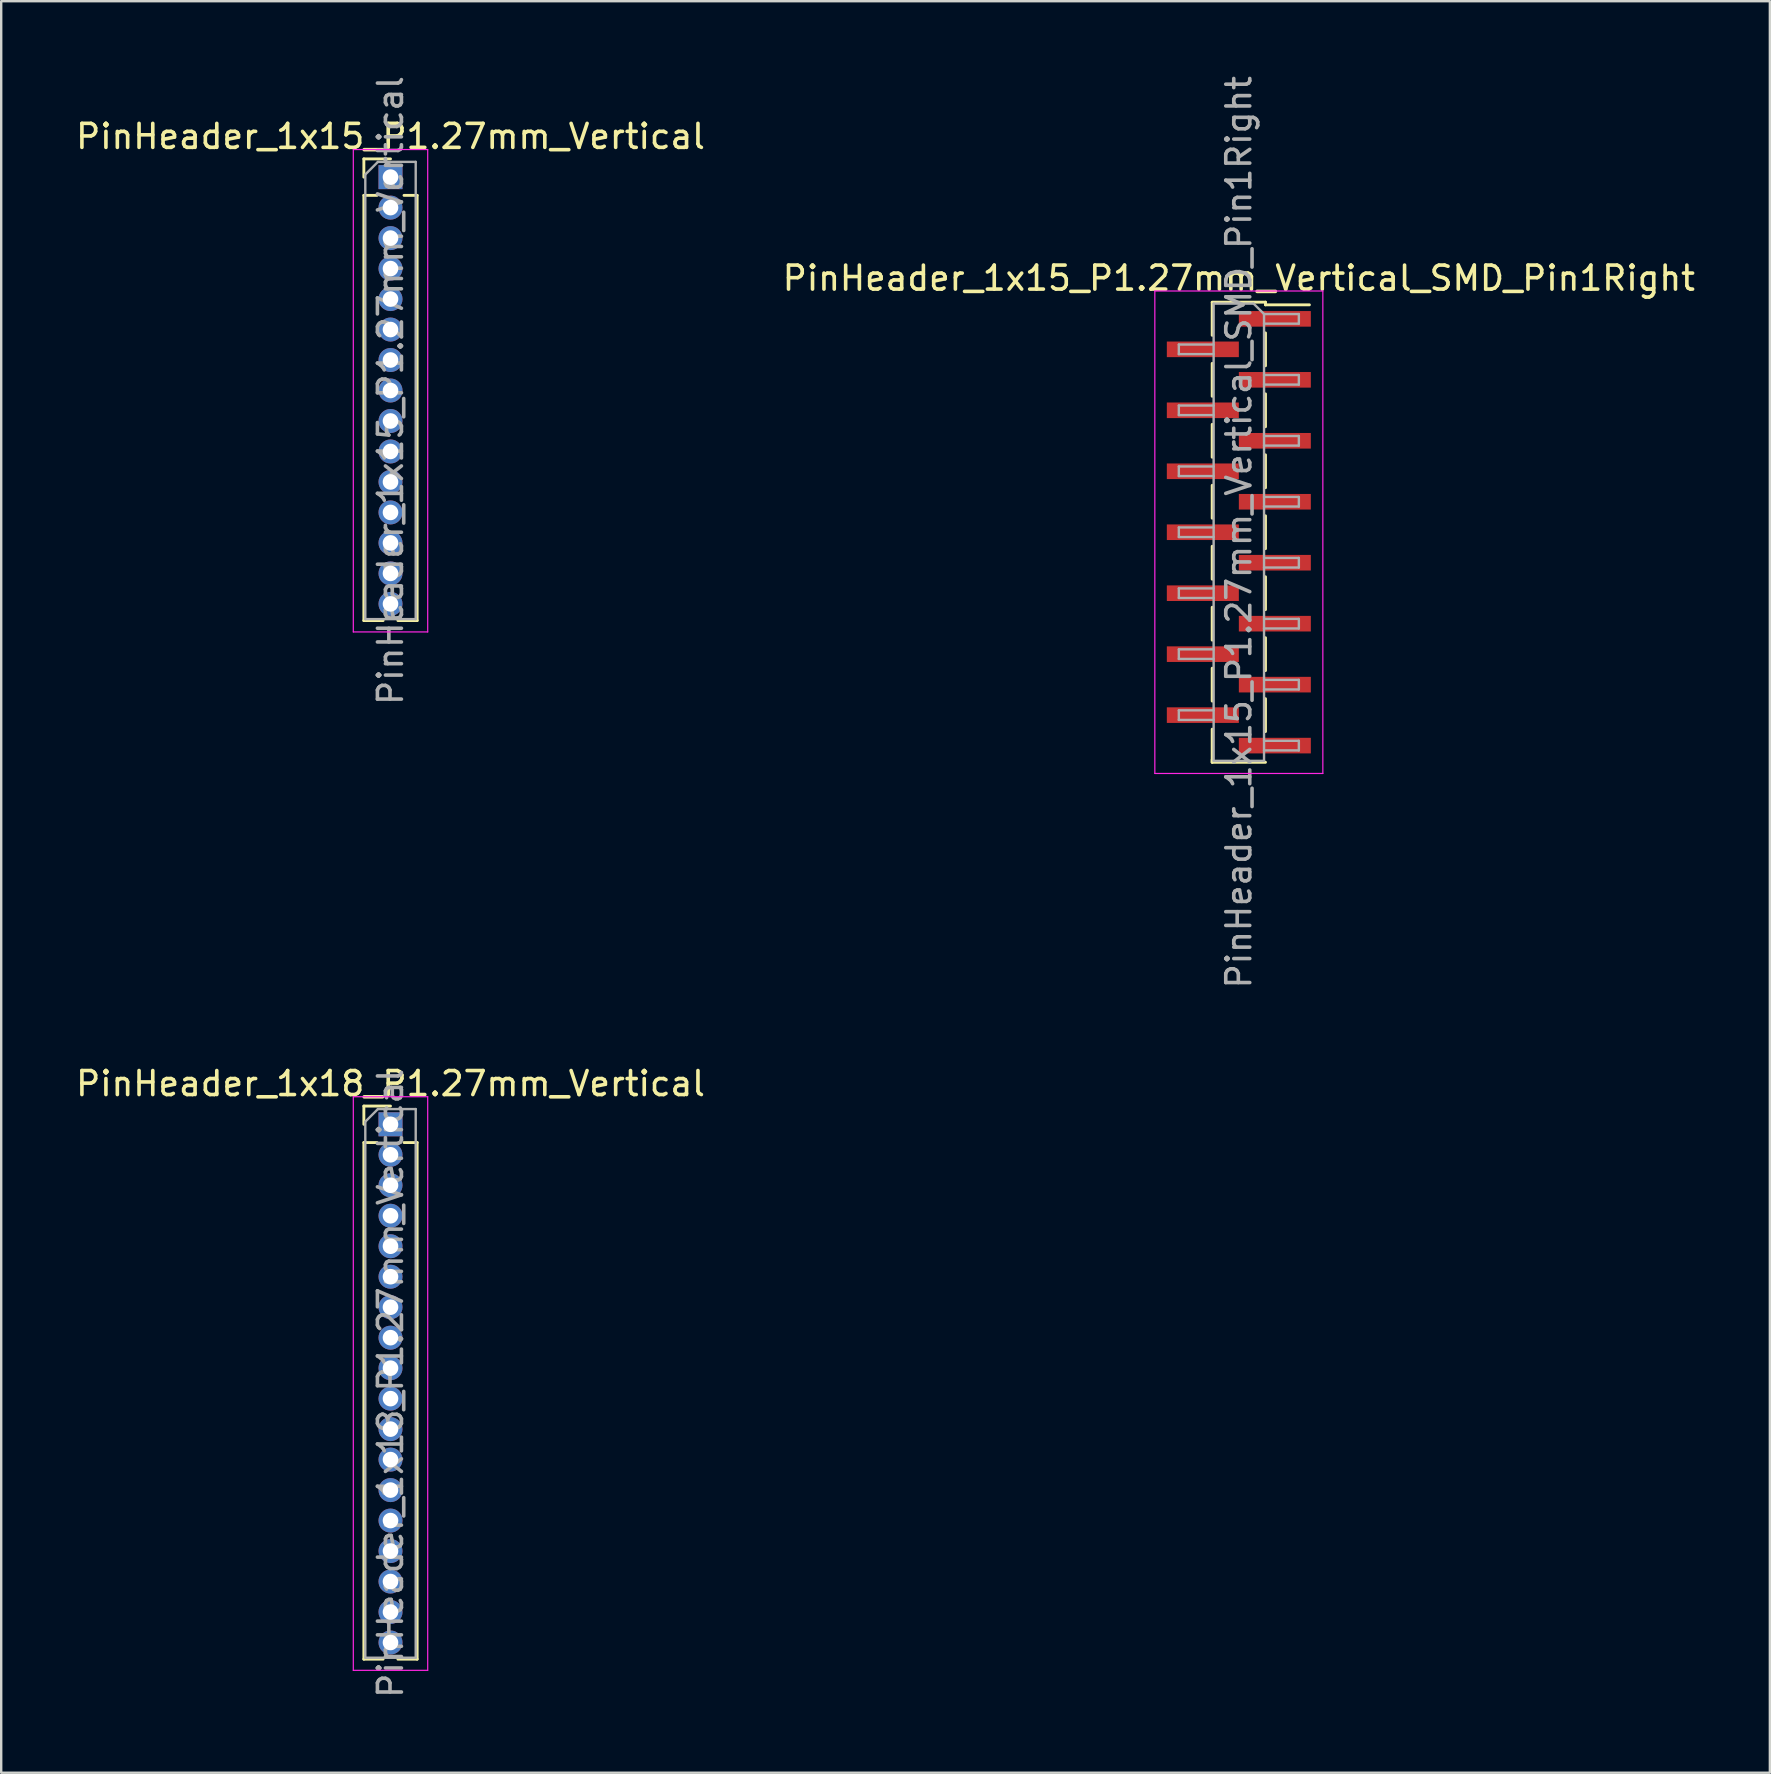
<source format=kicad_pcb>
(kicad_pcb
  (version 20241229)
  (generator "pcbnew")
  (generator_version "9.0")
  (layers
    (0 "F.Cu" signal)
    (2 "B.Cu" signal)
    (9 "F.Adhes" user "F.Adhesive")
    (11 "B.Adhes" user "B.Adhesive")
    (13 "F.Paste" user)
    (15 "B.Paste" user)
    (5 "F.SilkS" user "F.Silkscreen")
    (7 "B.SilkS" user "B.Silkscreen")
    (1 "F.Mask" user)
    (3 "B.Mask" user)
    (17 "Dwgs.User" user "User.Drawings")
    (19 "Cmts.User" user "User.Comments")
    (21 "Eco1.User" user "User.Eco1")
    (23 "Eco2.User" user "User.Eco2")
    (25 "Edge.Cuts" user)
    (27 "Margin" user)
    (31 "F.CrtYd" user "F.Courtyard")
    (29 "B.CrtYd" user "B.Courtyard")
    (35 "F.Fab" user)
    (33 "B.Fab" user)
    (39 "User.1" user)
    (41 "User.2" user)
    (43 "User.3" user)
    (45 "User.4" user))
  (footprint "PinHeader_1x15_P1.27mm_Vertical"
    (layer "F.Cu")
    (at 13.22 4.33)
    (property "Reference" "PinHeader_1x15_P1.27mm_Vertical" (at 0 -1.695 0) (layer "F.SilkS") (effects (font (size 1 1) (thickness 0.15))))
    (attr through_hole)
    (fp_line (start -1.11 -0.76) (end 0 -0.76) (stroke (width 0.12) (type solid)) (layer "F.SilkS"))
    (fp_line (start -1.11 0) (end -1.11 -0.76) (stroke (width 0.12) (type solid)) (layer "F.SilkS"))
    (fp_line (start -1.11 0.76) (end -1.11 18.475) (stroke (width 0.12) (type solid)) (layer "F.SilkS"))
    (fp_line (start -1.11 0.76) (end -0.563 0.76) (stroke (width 0.12) (type solid)) (layer "F.SilkS"))
    (fp_line (start -1.11 18.475) (end -0.308 18.475) (stroke (width 0.12) (type solid)) (layer "F.SilkS"))
    (fp_line (start 0.308 18.475) (end 1.11 18.475) (stroke (width 0.12) (type solid)) (layer "F.SilkS"))
    (fp_line (start 0.563 0.76) (end 1.11 0.76) (stroke (width 0.12) (type solid)) (layer "F.SilkS"))
    (fp_line (start 1.11 0.76) (end 1.11 18.475) (stroke (width 0.12) (type solid)) (layer "F.SilkS"))
    (fp_line (start -1.55 -1.15) (end -1.55 18.95) (stroke (width 0.05) (type solid)) (layer "F.CrtYd"))
    (fp_line (start -1.55 18.95) (end 1.55 18.95) (stroke (width 0.05) (type solid)) (layer "F.CrtYd"))
    (fp_line (start 1.55 -1.15) (end -1.55 -1.15) (stroke (width 0.05) (type solid)) (layer "F.CrtYd"))
    (fp_line (start 1.55 18.95) (end 1.55 -1.15) (stroke (width 0.05) (type solid)) (layer "F.CrtYd"))
    (fp_line (start -1.05 -0.11) (end -0.525 -0.635) (stroke (width 0.1) (type solid)) (layer "F.Fab"))
    (fp_line (start -1.05 18.415) (end -1.05 -0.11) (stroke (width 0.1) (type solid)) (layer "F.Fab"))
    (fp_line (start -0.525 -0.635) (end 1.05 -0.635) (stroke (width 0.1) (type solid)) (layer "F.Fab"))
    (fp_line (start 1.05 -0.635) (end 1.05 18.415) (stroke (width 0.1) (type solid)) (layer "F.Fab"))
    (fp_line (start 1.05 18.415) (end -1.05 18.415) (stroke (width 0.1) (type solid)) (layer "F.Fab"))
    (fp_text user "${REFERENCE}" (at 0 8.89 90) (layer "F.Fab") (effects (font (size 1 1) (thickness 0.15))))
    (pad "1" thru_hole rect (at 0 0) (size 1 1) (drill 0.65) (layers "*.Cu" "*.Mask"))
    (pad "2" thru_hole oval (at 0 1.27) (size 1 1) (drill 0.65) (layers "*.Cu" "*.Mask"))
    (pad "3" thru_hole oval (at 0 2.54) (size 1 1) (drill 0.65) (layers "*.Cu" "*.Mask"))
    (pad "4" thru_hole oval (at 0 3.81) (size 1 1) (drill 0.65) (layers "*.Cu" "*.Mask"))
    (pad "5" thru_hole oval (at 0 5.08) (size 1 1) (drill 0.65) (layers "*.Cu" "*.Mask"))
    (pad "6" thru_hole oval (at 0 6.35) (size 1 1) (drill 0.65) (layers "*.Cu" "*.Mask"))
    (pad "7" thru_hole oval (at 0 7.62) (size 1 1) (drill 0.65) (layers "*.Cu" "*.Mask"))
    (pad "8" thru_hole oval (at 0 8.89) (size 1 1) (drill 0.65) (layers "*.Cu" "*.Mask"))
    (pad "9" thru_hole oval (at 0 10.16) (size 1 1) (drill 0.65) (layers "*.Cu" "*.Mask"))
    (pad "10" thru_hole oval (at 0 11.43) (size 1 1) (drill 0.65) (layers "*.Cu" "*.Mask"))
    (pad "11" thru_hole oval (at 0 12.7) (size 1 1) (drill 0.65) (layers "*.Cu" "*.Mask"))
    (pad "12" thru_hole oval (at 0 13.97) (size 1 1) (drill 0.65) (layers "*.Cu" "*.Mask"))
    (pad "13" thru_hole oval (at 0 15.24) (size 1 1) (drill 0.65) (layers "*.Cu" "*.Mask"))
    (pad "14" thru_hole oval (at 0 16.51) (size 1 1) (drill 0.65) (layers "*.Cu" "*.Mask"))
    (pad "15" thru_hole oval (at 0 17.78) (size 1 1) (drill 0.65) (layers "*.Cu" "*.Mask")))
  (footprint "PinHeader_1x18_P1.27mm_Vertical"
    (layer "F.Cu")
    (at 13.22 43.793)
    (property "Reference" "PinHeader_1x18_P1.27mm_Vertical" (at 0 -1.695 0) (layer "F.SilkS") (effects (font (size 1 1) (thickness 0.15))))
    (attr through_hole)
    (fp_line (start -1.11 -0.76) (end 0 -0.76) (stroke (width 0.12) (type solid)) (layer "F.SilkS"))
    (fp_line (start -1.11 0) (end -1.11 -0.76) (stroke (width 0.12) (type solid)) (layer "F.SilkS"))
    (fp_line (start -1.11 0.76) (end -1.11 22.285) (stroke (width 0.12) (type solid)) (layer "F.SilkS"))
    (fp_line (start -1.11 0.76) (end -0.563 0.76) (stroke (width 0.12) (type solid)) (layer "F.SilkS"))
    (fp_line (start -1.11 22.285) (end -0.308 22.285) (stroke (width 0.12) (type solid)) (layer "F.SilkS"))
    (fp_line (start 0.308 22.285) (end 1.11 22.285) (stroke (width 0.12) (type solid)) (layer "F.SilkS"))
    (fp_line (start 0.563 0.76) (end 1.11 0.76) (stroke (width 0.12) (type solid)) (layer "F.SilkS"))
    (fp_line (start 1.11 0.76) (end 1.11 22.285) (stroke (width 0.12) (type solid)) (layer "F.SilkS"))
    (fp_line (start -1.55 -1.15) (end -1.55 22.75) (stroke (width 0.05) (type solid)) (layer "F.CrtYd"))
    (fp_line (start -1.55 22.75) (end 1.55 22.75) (stroke (width 0.05) (type solid)) (layer "F.CrtYd"))
    (fp_line (start 1.55 -1.15) (end -1.55 -1.15) (stroke (width 0.05) (type solid)) (layer "F.CrtYd"))
    (fp_line (start 1.55 22.75) (end 1.55 -1.15) (stroke (width 0.05) (type solid)) (layer "F.CrtYd"))
    (fp_line (start -1.05 -0.11) (end -0.525 -0.635) (stroke (width 0.1) (type solid)) (layer "F.Fab"))
    (fp_line (start -1.05 22.225) (end -1.05 -0.11) (stroke (width 0.1) (type solid)) (layer "F.Fab"))
    (fp_line (start -0.525 -0.635) (end 1.05 -0.635) (stroke (width 0.1) (type solid)) (layer "F.Fab"))
    (fp_line (start 1.05 -0.635) (end 1.05 22.225) (stroke (width 0.1) (type solid)) (layer "F.Fab"))
    (fp_line (start 1.05 22.225) (end -1.05 22.225) (stroke (width 0.1) (type solid)) (layer "F.Fab"))
    (fp_text user "${REFERENCE}" (at 0 10.795 90) (layer "F.Fab") (effects (font (size 1 1) (thickness 0.15))))
    (pad "1" thru_hole rect (at 0 0) (size 1 1) (drill 0.65) (layers "*.Cu" "*.Mask"))
    (pad "2" thru_hole oval (at 0 1.27) (size 1 1) (drill 0.65) (layers "*.Cu" "*.Mask"))
    (pad "3" thru_hole oval (at 0 2.54) (size 1 1) (drill 0.65) (layers "*.Cu" "*.Mask"))
    (pad "4" thru_hole oval (at 0 3.81) (size 1 1) (drill 0.65) (layers "*.Cu" "*.Mask"))
    (pad "5" thru_hole oval (at 0 5.08) (size 1 1) (drill 0.65) (layers "*.Cu" "*.Mask"))
    (pad "6" thru_hole oval (at 0 6.35) (size 1 1) (drill 0.65) (layers "*.Cu" "*.Mask"))
    (pad "7" thru_hole oval (at 0 7.62) (size 1 1) (drill 0.65) (layers "*.Cu" "*.Mask"))
    (pad "8" thru_hole oval (at 0 8.89) (size 1 1) (drill 0.65) (layers "*.Cu" "*.Mask"))
    (pad "9" thru_hole oval (at 0 10.16) (size 1 1) (drill 0.65) (layers "*.Cu" "*.Mask"))
    (pad "10" thru_hole oval (at 0 11.43) (size 1 1) (drill 0.65) (layers "*.Cu" "*.Mask"))
    (pad "11" thru_hole oval (at 0 12.7) (size 1 1) (drill 0.65) (layers "*.Cu" "*.Mask"))
    (pad "12" thru_hole oval (at 0 13.97) (size 1 1) (drill 0.65) (layers "*.Cu" "*.Mask"))
    (pad "13" thru_hole oval (at 0 15.24) (size 1 1) (drill 0.65) (layers "*.Cu" "*.Mask"))
    (pad "14" thru_hole oval (at 0 16.51) (size 1 1) (drill 0.65) (layers "*.Cu" "*.Mask"))
    (pad "15" thru_hole oval (at 0 17.78) (size 1 1) (drill 0.65) (layers "*.Cu" "*.Mask"))
    (pad "16" thru_hole oval (at 0 19.05) (size 1 1) (drill 0.65) (layers "*.Cu" "*.Mask"))
    (pad "17" thru_hole oval (at 0 20.32) (size 1 1) (drill 0.65) (layers "*.Cu" "*.Mask"))
    (pad "18" thru_hole oval (at 0 21.59) (size 1 1) (drill 0.65) (layers "*.Cu" "*.Mask")))
  (footprint "PinHeader_1x15_P1.27mm_Vertical_SMD_Pin1Right"
    (layer "F.Cu")
    (at 48.565 19.125)
    (property "Reference" "PinHeader_1x15_P1.27mm_Vertical_SMD_Pin1Right" (at 0 -10.585 0) (layer "F.SilkS") (effects (font (size 1 1) (thickness 0.15))))
    (attr smd)
    (fp_line (start -1.11 -9.585) (end 1.11 -9.585) (stroke (width 0.12) (type solid)) (layer "F.SilkS"))
    (fp_line (start -1.11 -9.575) (end -1.11 -8.205) (stroke (width 0.12) (type solid)) (layer "F.SilkS"))
    (fp_line (start -1.11 -7.035) (end -1.11 -5.665) (stroke (width 0.12) (type solid)) (layer "F.SilkS"))
    (fp_line (start -1.11 -4.495) (end -1.11 -3.125) (stroke (width 0.12) (type solid)) (layer "F.SilkS"))
    (fp_line (start -1.11 -1.955) (end -1.11 -0.585) (stroke (width 0.12) (type solid)) (layer "F.SilkS"))
    (fp_line (start -1.11 0.585) (end -1.11 1.955) (stroke (width 0.12) (type solid)) (layer "F.SilkS"))
    (fp_line (start -1.11 3.125) (end -1.11 4.495) (stroke (width 0.12) (type solid)) (layer "F.SilkS"))
    (fp_line (start -1.11 5.665) (end -1.11 7.035) (stroke (width 0.12) (type solid)) (layer "F.SilkS"))
    (fp_line (start -1.11 8.205) (end -1.11 9.575) (stroke (width 0.12) (type solid)) (layer "F.SilkS"))
    (fp_line (start -1.11 9.475) (end -1.11 9.585) (stroke (width 0.12) (type solid)) (layer "F.SilkS"))
    (fp_line (start -1.11 9.585) (end 1.11 9.585) (stroke (width 0.12) (type solid)) (layer "F.SilkS"))
    (fp_line (start 1.11 -9.585) (end 1.11 -9.475) (stroke (width 0.12) (type solid)) (layer "F.SilkS"))
    (fp_line (start 1.11 -9.475) (end 2.94 -9.475) (stroke (width 0.12) (type solid)) (layer "F.SilkS"))
    (fp_line (start 1.11 -8.305) (end 1.11 -6.935) (stroke (width 0.12) (type solid)) (layer "F.SilkS"))
    (fp_line (start 1.11 -5.765) (end 1.11 -4.395) (stroke (width 0.12) (type solid)) (layer "F.SilkS"))
    (fp_line (start 1.11 -3.225) (end 1.11 -1.855) (stroke (width 0.12) (type solid)) (layer "F.SilkS"))
    (fp_line (start 1.11 -0.685) (end 1.11 0.685) (stroke (width 0.12) (type solid)) (layer "F.SilkS"))
    (fp_line (start 1.11 1.855) (end 1.11 3.225) (stroke (width 0.12) (type solid)) (layer "F.SilkS"))
    (fp_line (start 1.11 4.395) (end 1.11 5.765) (stroke (width 0.12) (type solid)) (layer "F.SilkS"))
    (fp_line (start 1.11 6.935) (end 1.11 8.305) (stroke (width 0.12) (type solid)) (layer "F.SilkS"))
    (fp_line (start -3.5 -10.05) (end -3.5 10.05) (stroke (width 0.05) (type solid)) (layer "F.CrtYd"))
    (fp_line (start -3.5 10.05) (end 3.5 10.05) (stroke (width 0.05) (type solid)) (layer "F.CrtYd"))
    (fp_line (start 3.5 -10.05) (end -3.5 -10.05) (stroke (width 0.05) (type solid)) (layer "F.CrtYd"))
    (fp_line (start 3.5 10.05) (end 3.5 -10.05) (stroke (width 0.05) (type solid)) (layer "F.CrtYd"))
    (fp_line (start -2.5 -7.82) (end -2.5 -7.42) (stroke (width 0.1) (type solid)) (layer "F.Fab"))
    (fp_line (start -2.5 -7.42) (end -1.05 -7.42) (stroke (width 0.1) (type solid)) (layer "F.Fab"))
    (fp_line (start -2.5 -5.28) (end -2.5 -4.88) (stroke (width 0.1) (type solid)) (layer "F.Fab"))
    (fp_line (start -2.5 -4.88) (end -1.05 -4.88) (stroke (width 0.1) (type solid)) (layer "F.Fab"))
    (fp_line (start -2.5 -2.74) (end -2.5 -2.34) (stroke (width 0.1) (type solid)) (layer "F.Fab"))
    (fp_line (start -2.5 -2.34) (end -1.05 -2.34) (stroke (width 0.1) (type solid)) (layer "F.Fab"))
    (fp_line (start -2.5 -0.2) (end -2.5 0.2) (stroke (width 0.1) (type solid)) (layer "F.Fab"))
    (fp_line (start -2.5 0.2) (end -1.05 0.2) (stroke (width 0.1) (type solid)) (layer "F.Fab"))
    (fp_line (start -2.5 2.34) (end -2.5 2.74) (stroke (width 0.1) (type solid)) (layer "F.Fab"))
    (fp_line (start -2.5 2.74) (end -1.05 2.74) (stroke (width 0.1) (type solid)) (layer "F.Fab"))
    (fp_line (start -2.5 4.88) (end -2.5 5.28) (stroke (width 0.1) (type solid)) (layer "F.Fab"))
    (fp_line (start -2.5 5.28) (end -1.05 5.28) (stroke (width 0.1) (type solid)) (layer "F.Fab"))
    (fp_line (start -2.5 7.42) (end -2.5 7.82) (stroke (width 0.1) (type solid)) (layer "F.Fab"))
    (fp_line (start -2.5 7.82) (end -1.05 7.82) (stroke (width 0.1) (type solid)) (layer "F.Fab"))
    (fp_line (start -1.05 -9.525) (end -1.05 9.525) (stroke (width 0.1) (type solid)) (layer "F.Fab"))
    (fp_line (start -1.05 -9.525) (end 0.615 -9.525) (stroke (width 0.1) (type solid)) (layer "F.Fab"))
    (fp_line (start -1.05 -7.82) (end -2.5 -7.82) (stroke (width 0.1) (type solid)) (layer "F.Fab"))
    (fp_line (start -1.05 -5.28) (end -2.5 -5.28) (stroke (width 0.1) (type solid)) (layer "F.Fab"))
    (fp_line (start -1.05 -2.74) (end -2.5 -2.74) (stroke (width 0.1) (type solid)) (layer "F.Fab"))
    (fp_line (start -1.05 -0.2) (end -2.5 -0.2) (stroke (width 0.1) (type solid)) (layer "F.Fab"))
    (fp_line (start -1.05 2.34) (end -2.5 2.34) (stroke (width 0.1) (type solid)) (layer "F.Fab"))
    (fp_line (start -1.05 4.88) (end -2.5 4.88) (stroke (width 0.1) (type solid)) (layer "F.Fab"))
    (fp_line (start -1.05 7.42) (end -2.5 7.42) (stroke (width 0.1) (type solid)) (layer "F.Fab"))
    (fp_line (start 1.05 -9.09) (end 0.615 -9.525) (stroke (width 0.1) (type solid)) (layer "F.Fab"))
    (fp_line (start 1.05 -9.09) (end 2.5 -9.09) (stroke (width 0.1) (type solid)) (layer "F.Fab"))
    (fp_line (start 1.05 -6.55) (end 2.5 -6.55) (stroke (width 0.1) (type solid)) (layer "F.Fab"))
    (fp_line (start 1.05 -4.01) (end 2.5 -4.01) (stroke (width 0.1) (type solid)) (layer "F.Fab"))
    (fp_line (start 1.05 -1.47) (end 2.5 -1.47) (stroke (width 0.1) (type solid)) (layer "F.Fab"))
    (fp_line (start 1.05 1.07) (end 2.5 1.07) (stroke (width 0.1) (type solid)) (layer "F.Fab"))
    (fp_line (start 1.05 3.61) (end 2.5 3.61) (stroke (width 0.1) (type solid)) (layer "F.Fab"))
    (fp_line (start 1.05 6.15) (end 2.5 6.15) (stroke (width 0.1) (type solid)) (layer "F.Fab"))
    (fp_line (start 1.05 8.69) (end 2.5 8.69) (stroke (width 0.1) (type solid)) (layer "F.Fab"))
    (fp_line (start 1.05 9.525) (end -1.05 9.525) (stroke (width 0.1) (type solid)) (layer "F.Fab"))
    (fp_line (start 1.05 9.525) (end 1.05 -9.09) (stroke (width 0.1) (type solid)) (layer "F.Fab"))
    (fp_line (start 2.5 -9.09) (end 2.5 -8.69) (stroke (width 0.1) (type solid)) (layer "F.Fab"))
    (fp_line (start 2.5 -8.69) (end 1.05 -8.69) (stroke (width 0.1) (type solid)) (layer "F.Fab"))
    (fp_line (start 2.5 -6.55) (end 2.5 -6.15) (stroke (width 0.1) (type solid)) (layer "F.Fab"))
    (fp_line (start 2.5 -6.15) (end 1.05 -6.15) (stroke (width 0.1) (type solid)) (layer "F.Fab"))
    (fp_line (start 2.5 -4.01) (end 2.5 -3.61) (stroke (width 0.1) (type solid)) (layer "F.Fab"))
    (fp_line (start 2.5 -3.61) (end 1.05 -3.61) (stroke (width 0.1) (type solid)) (layer "F.Fab"))
    (fp_line (start 2.5 -1.47) (end 2.5 -1.07) (stroke (width 0.1) (type solid)) (layer "F.Fab"))
    (fp_line (start 2.5 -1.07) (end 1.05 -1.07) (stroke (width 0.1) (type solid)) (layer "F.Fab"))
    (fp_line (start 2.5 1.07) (end 2.5 1.47) (stroke (width 0.1) (type solid)) (layer "F.Fab"))
    (fp_line (start 2.5 1.47) (end 1.05 1.47) (stroke (width 0.1) (type solid)) (layer "F.Fab"))
    (fp_line (start 2.5 3.61) (end 2.5 4.01) (stroke (width 0.1) (type solid)) (layer "F.Fab"))
    (fp_line (start 2.5 4.01) (end 1.05 4.01) (stroke (width 0.1) (type solid)) (layer "F.Fab"))
    (fp_line (start 2.5 6.15) (end 2.5 6.55) (stroke (width 0.1) (type solid)) (layer "F.Fab"))
    (fp_line (start 2.5 6.55) (end 1.05 6.55) (stroke (width 0.1) (type solid)) (layer "F.Fab"))
    (fp_line (start 2.5 8.69) (end 2.5 9.09) (stroke (width 0.1) (type solid)) (layer "F.Fab"))
    (fp_line (start 2.5 9.09) (end 1.05 9.09) (stroke (width 0.1) (type solid)) (layer "F.Fab"))
    (fp_text user "${REFERENCE}" (at 0 0 90) (layer "F.Fab") (effects (font (size 1 1) (thickness 0.15))))
    (pad "1" smd rect (at 1.5 -8.89) (size 3 0.65) (layers "F.Cu" "F.Mask" "F.Paste"))
    (pad "2" smd rect (at -1.5 -7.62) (size 3 0.65) (layers "F.Cu" "F.Mask" "F.Paste"))
    (pad "3" smd rect (at 1.5 -6.35) (size 3 0.65) (layers "F.Cu" "F.Mask" "F.Paste"))
    (pad "4" smd rect (at -1.5 -5.08) (size 3 0.65) (layers "F.Cu" "F.Mask" "F.Paste"))
    (pad "5" smd rect (at 1.5 -3.81) (size 3 0.65) (layers "F.Cu" "F.Mask" "F.Paste"))
    (pad "6" smd rect (at -1.5 -2.54) (size 3 0.65) (layers "F.Cu" "F.Mask" "F.Paste"))
    (pad "7" smd rect (at 1.5 -1.27) (size 3 0.65) (layers "F.Cu" "F.Mask" "F.Paste"))
    (pad "8" smd rect (at -1.5 0) (size 3 0.65) (layers "F.Cu" "F.Mask" "F.Paste"))
    (pad "9" smd rect (at 1.5 1.27) (size 3 0.65) (layers "F.Cu" "F.Mask" "F.Paste"))
    (pad "10" smd rect (at -1.5 2.54) (size 3 0.65) (layers "F.Cu" "F.Mask" "F.Paste"))
    (pad "11" smd rect (at 1.5 3.81) (size 3 0.65) (layers "F.Cu" "F.Mask" "F.Paste"))
    (pad "12" smd rect (at -1.5 5.08) (size 3 0.65) (layers "F.Cu" "F.Mask" "F.Paste"))
    (pad "13" smd rect (at 1.5 6.35) (size 3 0.65) (layers "F.Cu" "F.Mask" "F.Paste"))
    (pad "14" smd rect (at -1.5 7.62) (size 3 0.65) (layers "F.Cu" "F.Mask" "F.Paste"))
    (pad "15" smd rect (at 1.5 8.89) (size 3 0.65) (layers "F.Cu" "F.Mask" "F.Paste")))
  (gr_rect
    (start -3 -3)
    (end 70.69 70.808)
    (stroke (width 0.1) (type default))
    (fill no)
    (layer "Edge.Cuts")))
</source>
